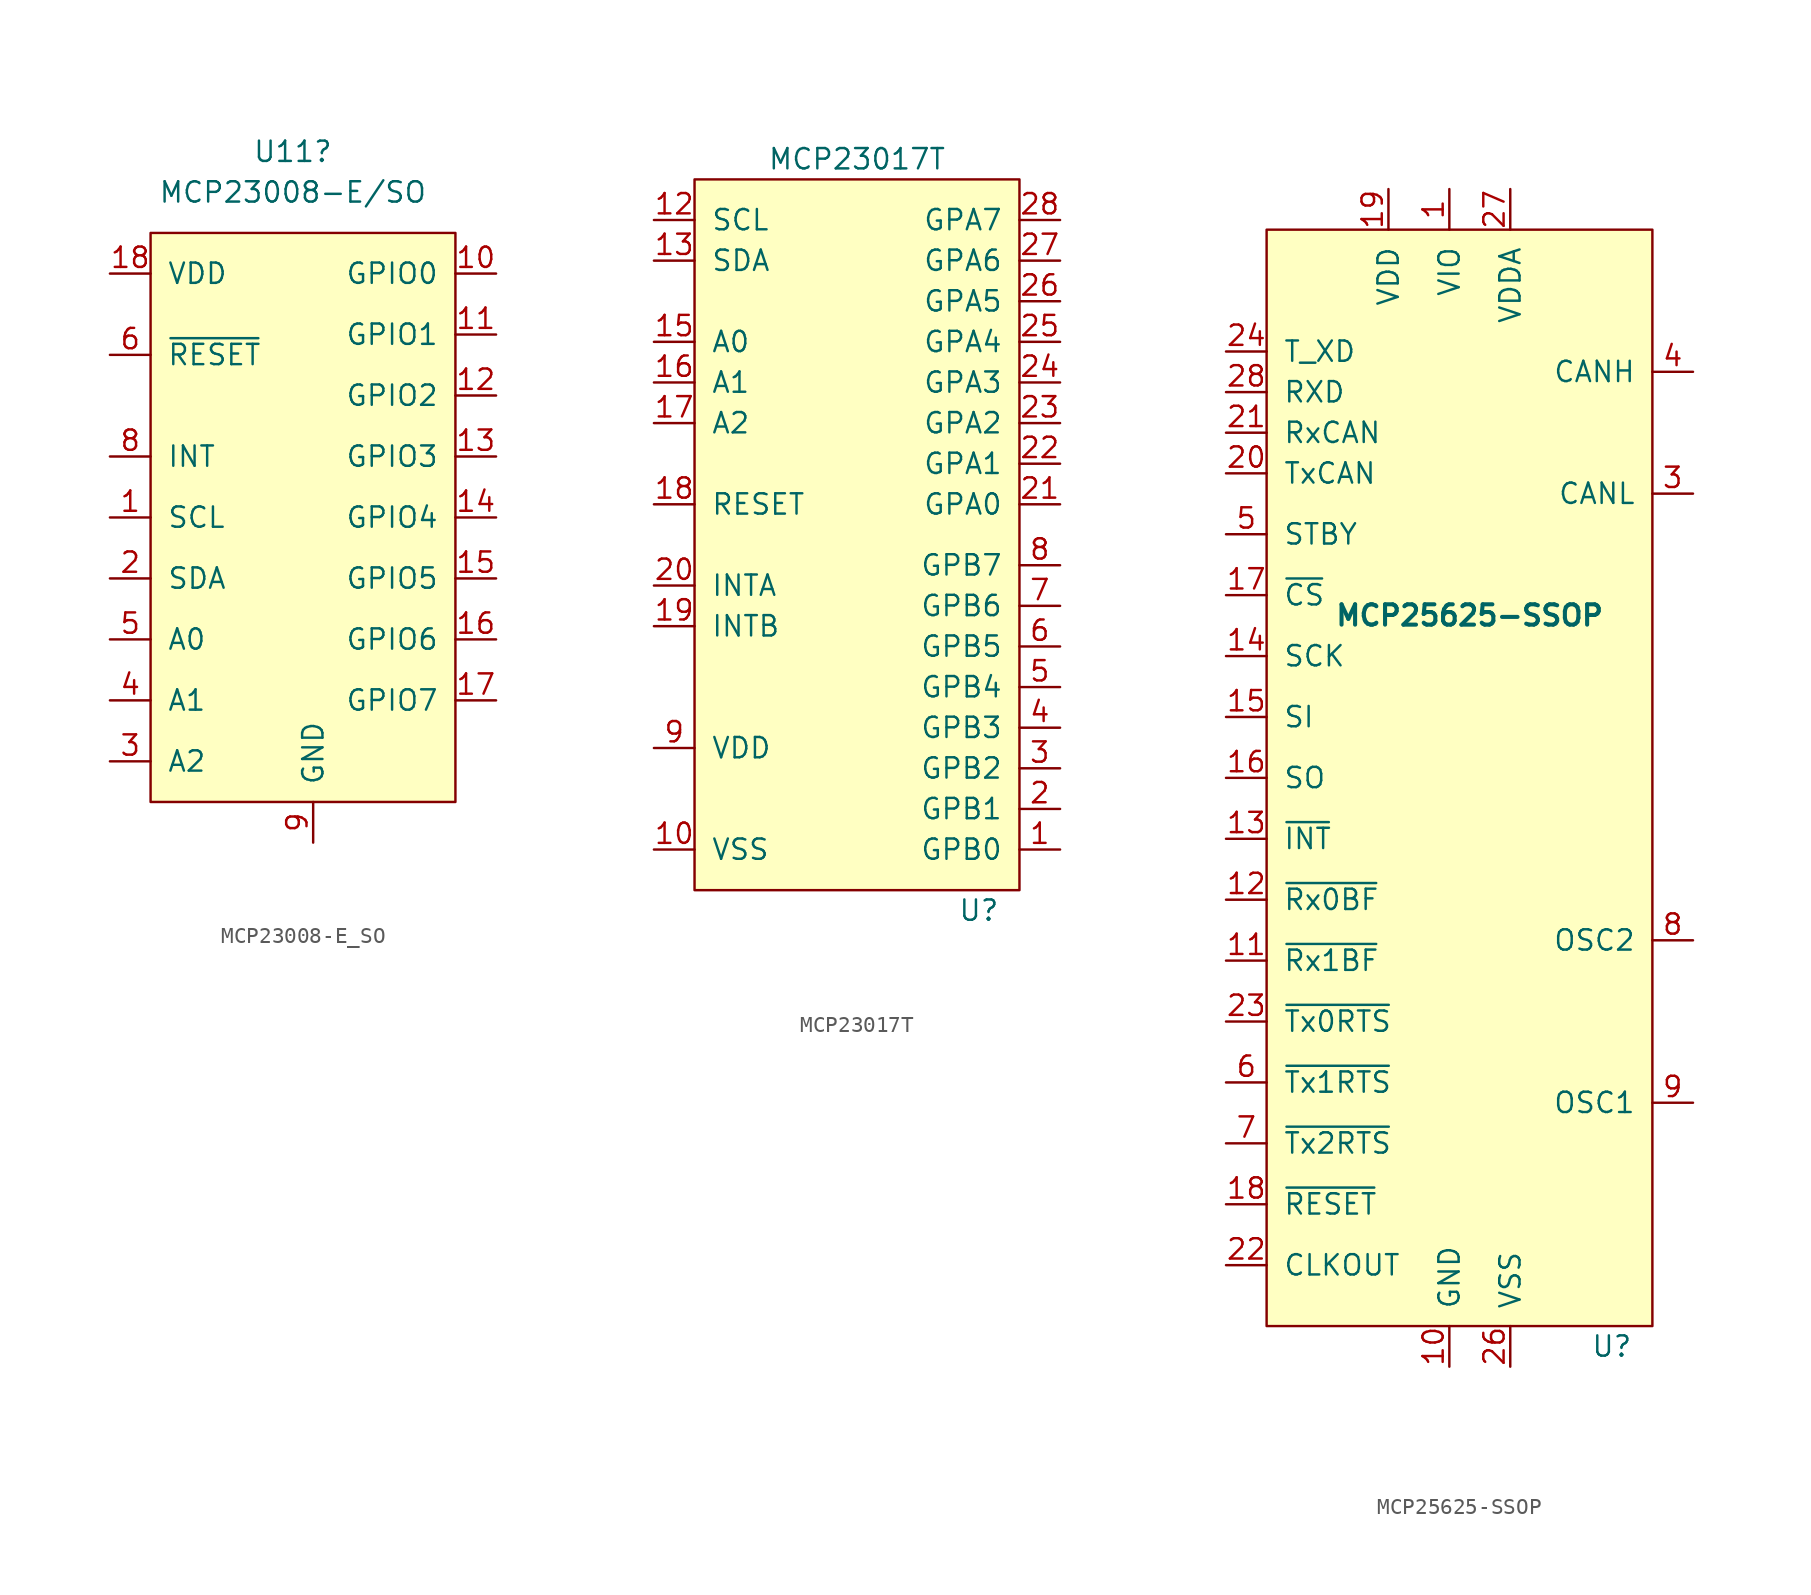
<source format=kicad_sym>
(kicad_symbol_lib
  (version 20220914)
  (generator kicad_symbol_editor)
  (symbol "MCP23008-E_SO"
    (pin_names
      (offset 1.016))
    (property "Reference" "U11"
      (at -1.27 22.86 0)
      (effects (font (size 1.27 1.27))))
    (property "Value" "MCP23008-E/SO "
      (at -1.27 20.32 0)
      (effects (font (size 1.27 1.27))))
    (symbol "MCP23008-E_SO_0_1"
      (rectangle (start -10.16 17.78) (end 8.89 -17.78) (stroke (width 0) (type default)) (fill (type background))))
    (symbol "MCP23008-E_SO_1_1"
      (pin input line (at -12.7 0 0) (length 2.54) (name "SCL" (effects (font (size 1.27 1.27)))) (number "1" (effects (font (size 1.27 1.27)))))
      (pin bidirectional line (at 11.43 15.24 180) (length 2.54) (name "GPIO0" (effects (font (size 1.27 1.27)))) (number "10" (effects (font (size 1.27 1.27)))))
      (pin bidirectional line (at 11.43 11.43 180) (length 2.54) (name "GPIO1" (effects (font (size 1.27 1.27)))) (number "11" (effects (font (size 1.27 1.27)))))
      (pin bidirectional line (at 11.43 7.62 180) (length 2.54) (name "GPIO2" (effects (font (size 1.27 1.27)))) (number "12" (effects (font (size 1.27 1.27)))))
      (pin bidirectional line (at 11.43 3.81 180) (length 2.54) (name "GPIO3" (effects (font (size 1.27 1.27)))) (number "13" (effects (font (size 1.27 1.27)))))
      (pin bidirectional line (at 11.43 0 180) (length 2.54) (name "GPIO4" (effects (font (size 1.27 1.27)))) (number "14" (effects (font (size 1.27 1.27)))))
      (pin bidirectional line (at 11.43 -3.81 180) (length 2.54) (name "GPIO5" (effects (font (size 1.27 1.27)))) (number "15" (effects (font (size 1.27 1.27)))))
      (pin bidirectional line (at 11.43 -7.62 180) (length 2.54) (name "GPIO6" (effects (font (size 1.27 1.27)))) (number "16" (effects (font (size 1.27 1.27)))))
      (pin bidirectional line (at 11.43 -11.43 180) (length 2.54) (name "GPIO7" (effects (font (size 1.27 1.27)))) (number "17" (effects (font (size 1.27 1.27)))))
      (pin power_in line (at -12.7 15.24 0) (length 2.54) (name "VDD" (effects (font (size 1.27 1.27)))) (number "18" (effects (font (size 1.27 1.27)))))
      (pin bidirectional line (at -12.7 -3.81 0) (length 2.54) (name "SDA" (effects (font (size 1.27 1.27)))) (number "2" (effects (font (size 1.27 1.27)))))
      (pin input line (at -12.7 -15.24 0) (length 2.54) (name "A2" (effects (font (size 1.27 1.27)))) (number "3" (effects (font (size 1.27 1.27)))))
      (pin input line (at -12.7 -11.43 0) (length 2.54) (name "A1" (effects (font (size 1.27 1.27)))) (number "4" (effects (font (size 1.27 1.27)))))
      (pin input line (at -12.7 -7.62 0) (length 2.54) (name "A0" (effects (font (size 1.27 1.27)))) (number "5" (effects (font (size 1.27 1.27)))))
      (pin input line (at -12.7 10.16 0) (length 2.54) (name "~{RESET}" (effects (font (size 1.27 1.27)))) (number "6" (effects (font (size 1.27 1.27)))))
      (pin no_connect line (at 11.43 -15.24 180) (length 2.54) hide (name "NC" (effects (font (size 1.27 1.27)))) (number "7" (effects (font (size 1.27 1.27)))))
      (pin output line (at -12.7 3.81 0) (length 2.54) (name "INT" (effects (font (size 1.27 1.27)))) (number "8" (effects (font (size 1.27 1.27)))))
      (pin power_in line (at 0 -20.32 90) (length 2.54) (name "GND" (effects (font (size 1.27 1.27)))) (number "9" (effects (font (size 1.27 1.27)))))))
  (symbol "MCP23017T"
    (pin_names
      (offset 1.016))
    (property "Reference" "U"
      (at 3.81 -25.4 0)
      (effects (font (size 1.27 1.27))))
    (property "Value" "MCP23017T"
      (at -3.81 21.59 0)
      (effects (font (size 1.27 1.27))))
    (symbol "MCP23017T_0_1"
      (rectangle (start -13.97 20.32) (end 6.35 -24.13) (stroke (width 0) (type default)) (fill (type background))))
    (symbol "MCP23017T_1_1"
      (pin bidirectional line (at 8.89 -21.59 180) (length 2.54) (name "GPB0" (effects (font (size 1.27 1.27)))) (number "1" (effects (font (size 1.27 1.27)))))
      (pin power_in line (at -16.51 -21.59 0) (length 2.54) (name "VSS" (effects (font (size 1.27 1.27)))) (number "10" (effects (font (size 1.27 1.27)))))
      (pin no_connect line (at -3.81 -26.67 90) (length 2.54) hide (name "NC" (effects (font (size 1.27 1.27)))) (number "11" (effects (font (size 1.27 1.27)))))
      (pin input line (at -16.51 17.78 0) (length 2.54) (name "SCL" (effects (font (size 1.27 1.27)))) (number "12" (effects (font (size 1.27 1.27)))))
      (pin bidirectional line (at -16.51 15.24 0) (length 2.54) (name "SDA" (effects (font (size 1.27 1.27)))) (number "13" (effects (font (size 1.27 1.27)))))
      (pin no_connect line (at -7.62 -26.67 90) (length 2.54) hide (name "NC" (effects (font (size 1.27 1.27)))) (number "14" (effects (font (size 1.27 1.27)))))
      (pin input line (at -16.51 10.16 0) (length 2.54) (name "A0" (effects (font (size 1.27 1.27)))) (number "15" (effects (font (size 1.27 1.27)))))
      (pin input line (at -16.51 7.62 0) (length 2.54) (name "A1" (effects (font (size 1.27 1.27)))) (number "16" (effects (font (size 1.27 1.27)))))
      (pin input line (at -16.51 5.08 0) (length 2.54) (name "A2" (effects (font (size 1.27 1.27)))) (number "17" (effects (font (size 1.27 1.27)))))
      (pin input line (at -16.51 0 0) (length 2.54) (name "RESET" (effects (font (size 1.27 1.27)))) (number "18" (effects (font (size 1.27 1.27)))))
      (pin input line (at -16.51 -7.62 0) (length 2.54) (name "INTB" (effects (font (size 1.27 1.27)))) (number "19" (effects (font (size 1.27 1.27)))))
      (pin bidirectional line (at 8.89 -19.05 180) (length 2.54) (name "GPB1" (effects (font (size 1.27 1.27)))) (number "2" (effects (font (size 1.27 1.27)))))
      (pin input line (at -16.51 -5.08 0) (length 2.54) (name "INTA" (effects (font (size 1.27 1.27)))) (number "20" (effects (font (size 1.27 1.27)))))
      (pin bidirectional line (at 8.89 0 180) (length 2.54) (name "GPA0" (effects (font (size 1.27 1.27)))) (number "21" (effects (font (size 1.27 1.27)))))
      (pin bidirectional line (at 8.89 2.54 180) (length 2.54) (name "GPA1" (effects (font (size 1.27 1.27)))) (number "22" (effects (font (size 1.27 1.27)))))
      (pin bidirectional line (at 8.89 5.08 180) (length 2.54) (name "GPA2" (effects (font (size 1.27 1.27)))) (number "23" (effects (font (size 1.27 1.27)))))
      (pin bidirectional line (at 8.89 7.62 180) (length 2.54) (name "GPA3" (effects (font (size 1.27 1.27)))) (number "24" (effects (font (size 1.27 1.27)))))
      (pin bidirectional line (at 8.89 10.16 180) (length 2.54) (name "GPA4" (effects (font (size 1.27 1.27)))) (number "25" (effects (font (size 1.27 1.27)))))
      (pin bidirectional line (at 8.89 12.7 180) (length 2.54) (name "GPA5" (effects (font (size 1.27 1.27)))) (number "26" (effects (font (size 1.27 1.27)))))
      (pin bidirectional line (at 8.89 15.24 180) (length 2.54) (name "GPA6" (effects (font (size 1.27 1.27)))) (number "27" (effects (font (size 1.27 1.27)))))
      (pin bidirectional line (at 8.89 17.78 180) (length 2.54) (name "GPA7" (effects (font (size 1.27 1.27)))) (number "28" (effects (font (size 1.27 1.27)))))
      (pin bidirectional line (at 8.89 -16.51 180) (length 2.54) (name "GPB2" (effects (font (size 1.27 1.27)))) (number "3" (effects (font (size 1.27 1.27)))))
      (pin bidirectional line (at 8.89 -13.97 180) (length 2.54) (name "GPB3" (effects (font (size 1.27 1.27)))) (number "4" (effects (font (size 1.27 1.27)))))
      (pin bidirectional line (at 8.89 -11.43 180) (length 2.54) (name "GPB4" (effects (font (size 1.27 1.27)))) (number "5" (effects (font (size 1.27 1.27)))))
      (pin bidirectional line (at 8.89 -8.89 180) (length 2.54) (name "GPB5" (effects (font (size 1.27 1.27)))) (number "6" (effects (font (size 1.27 1.27)))))
      (pin bidirectional line (at 8.89 -6.35 180) (length 2.54) (name "GPB6" (effects (font (size 1.27 1.27)))) (number "7" (effects (font (size 1.27 1.27)))))
      (pin bidirectional line (at 8.89 -3.81 180) (length 2.54) (name "GPB7" (effects (font (size 1.27 1.27)))) (number "8" (effects (font (size 1.27 1.27)))))
      (pin power_in line (at -16.51 -15.24 0) (length 2.54) (name "VDD" (effects (font (size 1.27 1.27)))) (number "9" (effects (font (size 1.27 1.27)))))))
  (symbol "MCP25625-SSOP"
    (pin_names
      (offset 1.016))
    (property "Reference" "U"
      (at 10.16 -38.1 0)
      (effects (font (size 1.27 1.27))))
    (property "Value" "MCP25625-SSOP"
      (at 1.27 7.62 0)
      (effects (font (size 1.27 1.27) bold)))
    (symbol "MCP25625-SSOP_0_1"
      (rectangle (start -11.43 31.75) (end 12.7 -36.83) (stroke (width 0) (type default)) (fill (type background))))
    (symbol "MCP25625-SSOP_1_1"
      (pin power_in line (at 0 34.29 270) (length 2.54) (name "VIO" (effects (font (size 1.27 1.27)))) (number "1" (effects (font (size 1.27 1.27)))))
      (pin power_in line (at 0 -39.37 90) (length 2.54) (name "GND" (effects (font (size 1.27 1.27)))) (number "10" (effects (font (size 1.27 1.27)))))
      (pin output line (at -13.97 -13.97 0) (length 2.54) (name "~{Rx1BF}" (effects (font (size 1.27 1.27)))) (number "11" (effects (font (size 1.27 1.27)))))
      (pin output line (at -13.97 -10.16 0) (length 2.54) (name "~{Rx0BF}" (effects (font (size 1.27 1.27)))) (number "12" (effects (font (size 1.27 1.27)))))
      (pin output line (at -13.97 -6.35 0) (length 2.54) (name "~{INT}" (effects (font (size 1.27 1.27)))) (number "13" (effects (font (size 1.27 1.27)))))
      (pin input line (at -13.97 5.08 0) (length 2.54) (name "SCK" (effects (font (size 1.27 1.27)))) (number "14" (effects (font (size 1.27 1.27)))))
      (pin input line (at -13.97 1.27 0) (length 2.54) (name "SI" (effects (font (size 1.27 1.27)))) (number "15" (effects (font (size 1.27 1.27)))))
      (pin output line (at -13.97 -2.54 0) (length 2.54) (name "SO" (effects (font (size 1.27 1.27)))) (number "16" (effects (font (size 1.27 1.27)))))
      (pin input line (at -13.97 8.89 0) (length 2.54) (name "~{CS}" (effects (font (size 1.27 1.27)))) (number "17" (effects (font (size 1.27 1.27)))))
      (pin input line (at -13.97 -29.21 0) (length 2.54) (name "~{RESET}" (effects (font (size 1.27 1.27)))) (number "18" (effects (font (size 1.27 1.27)))))
      (pin power_in line (at -3.81 34.29 270) (length 2.54) (name "VDD" (effects (font (size 1.27 1.27)))) (number "19" (effects (font (size 1.27 1.27)))))
      (pin no_connect line (at 15.24 1.27 180) (length 2.54) hide (name "NC" (effects (font (size 1.27 1.27)))) (number "2" (effects (font (size 1.27 1.27)))))
      (pin output line (at -13.97 16.51 0) (length 2.54) (name "TxCAN" (effects (font (size 1.27 1.27)))) (number "20" (effects (font (size 1.27 1.27)))))
      (pin input line (at -13.97 19.05 0) (length 2.54) (name "RxCAN" (effects (font (size 1.27 1.27)))) (number "21" (effects (font (size 1.27 1.27)))))
      (pin output line (at -13.97 -33.02 0) (length 2.54) (name "CLKOUT" (effects (font (size 1.27 1.27)))) (number "22" (effects (font (size 1.27 1.27)))))
      (pin input line (at -13.97 -17.78 0) (length 2.54) (name "~{Tx0RTS}" (effects (font (size 1.27 1.27)))) (number "23" (effects (font (size 1.27 1.27)))))
      (pin input line (at -13.97 24.13 0) (length 2.54) (name "T_XD" (effects (font (size 1.27 1.27)))) (number "24" (effects (font (size 1.27 1.27)))))
      (pin no_connect line (at 15.24 -2.54 180) (length 2.54) hide (name "NC" (effects (font (size 1.27 1.27)))) (number "25" (effects (font (size 1.27 1.27)))))
      (pin power_in line (at 3.81 -39.37 90) (length 2.54) (name "VSS" (effects (font (size 1.27 1.27)))) (number "26" (effects (font (size 1.27 1.27)))))
      (pin power_in line (at 3.81 34.29 270) (length 2.54) (name "VDDA" (effects (font (size 1.27 1.27)))) (number "27" (effects (font (size 1.27 1.27)))))
      (pin output line (at -13.97 21.59 0) (length 2.54) (name "RXD" (effects (font (size 1.27 1.27)))) (number "28" (effects (font (size 1.27 1.27)))))
      (pin bidirectional line (at 15.24 15.24 180) (length 2.54) (name "CANL" (effects (font (size 1.27 1.27)))) (number "3" (effects (font (size 1.27 1.27)))))
      (pin bidirectional line (at 15.24 22.86 180) (length 2.54) (name "CANH" (effects (font (size 1.27 1.27)))) (number "4" (effects (font (size 1.27 1.27)))))
      (pin input line (at -13.97 12.7 0) (length 2.54) (name "STBY" (effects (font (size 1.27 1.27)))) (number "5" (effects (font (size 1.27 1.27)))))
      (pin input line (at -13.97 -21.59 0) (length 2.54) (name "~{Tx1RTS}" (effects (font (size 1.27 1.27)))) (number "6" (effects (font (size 1.27 1.27)))))
      (pin input line (at -13.97 -25.4 0) (length 2.54) (name "~{Tx2RTS}" (effects (font (size 1.27 1.27)))) (number "7" (effects (font (size 1.27 1.27)))))
      (pin output line (at 15.24 -12.7 180) (length 2.54) (name "OSC2" (effects (font (size 1.27 1.27)))) (number "8" (effects (font (size 1.27 1.27)))))
      (pin input line (at 15.24 -22.86 180) (length 2.54) (name "OSC1" (effects (font (size 1.27 1.27)))) (number "9" (effects (font (size 1.27 1.27))))))))
</source>
